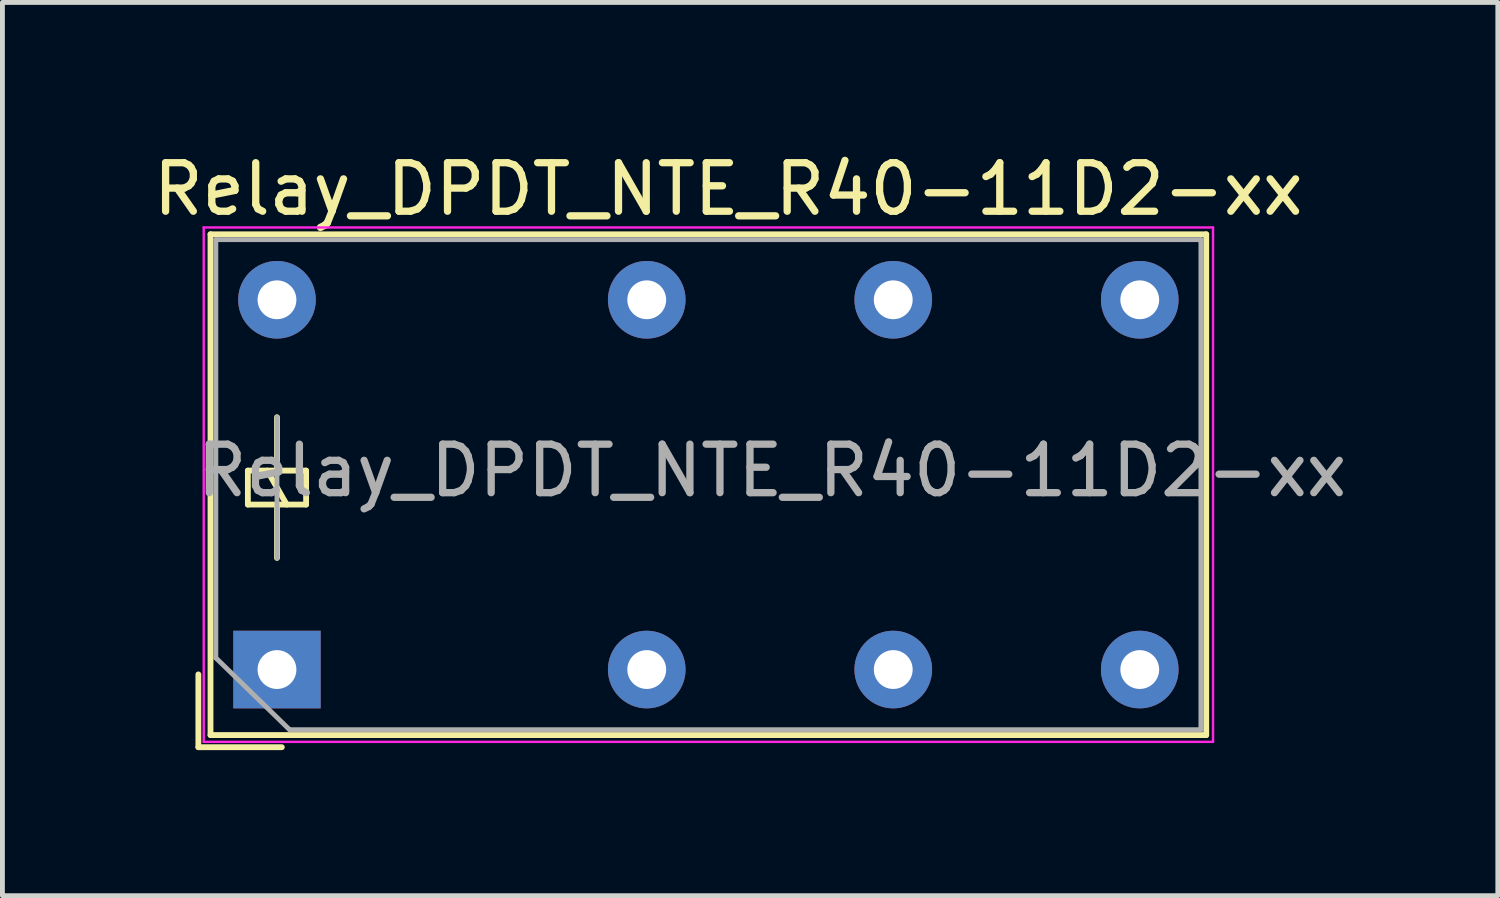
<source format=kicad_pcb>
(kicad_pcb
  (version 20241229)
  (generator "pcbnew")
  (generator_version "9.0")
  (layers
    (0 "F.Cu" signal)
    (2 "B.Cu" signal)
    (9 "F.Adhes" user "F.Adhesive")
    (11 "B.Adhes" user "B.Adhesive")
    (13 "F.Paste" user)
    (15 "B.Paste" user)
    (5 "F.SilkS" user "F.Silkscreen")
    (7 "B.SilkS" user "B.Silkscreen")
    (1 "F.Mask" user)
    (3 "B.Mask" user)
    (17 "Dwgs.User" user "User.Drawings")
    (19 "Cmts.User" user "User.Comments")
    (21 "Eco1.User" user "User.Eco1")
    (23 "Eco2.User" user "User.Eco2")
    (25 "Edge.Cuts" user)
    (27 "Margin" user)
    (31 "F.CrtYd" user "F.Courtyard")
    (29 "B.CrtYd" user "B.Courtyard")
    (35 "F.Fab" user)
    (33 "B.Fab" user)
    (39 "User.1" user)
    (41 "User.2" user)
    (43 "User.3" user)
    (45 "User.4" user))
  (footprint "Relay_DPDT_NTE_R40-11D2-xx"
    (layer "F.Cu")
    (at 2.658 10.748)
    (property "Reference" "Relay_DPDT_NTE_R40-11D2-xx" (at 9.3 -9.9 0) (layer "F.SilkS") (effects (font (size 1 1) (thickness 0.15))))
    (attr through_hole)
    (fp_line (start -1.62 1.6) (end -1.62 0.1) (stroke (width 0.12) (type solid)) (layer "F.SilkS"))
    (fp_line (start -1.37 -8.97) (end 19.15 -8.97) (stroke (width 0.12) (type solid)) (layer "F.SilkS"))
    (fp_line (start -1.37 1.35) (end -1.37 -8.97) (stroke (width 0.12) (type solid)) (layer "F.SilkS"))
    (fp_line (start -0.6 -4.1) (end -0.6 -3.4) (stroke (width 0.12) (type solid)) (layer "F.SilkS"))
    (fp_line (start -0.6 -3.4) (end 0.6 -3.4) (stroke (width 0.12) (type solid)) (layer "F.SilkS"))
    (fp_line (start 0 -4.1) (end 0 -5.2) (stroke (width 0.12) (type solid)) (layer "F.SilkS"))
    (fp_line (start 0 -3.4) (end 0 -2.3) (stroke (width 0.12) (type solid)) (layer "F.SilkS"))
    (fp_line (start 0.1 1.6) (end -1.62 1.6) (stroke (width 0.12) (type solid)) (layer "F.SilkS"))
    (fp_line (start 0.2 -3.4) (end -0.2 -4.1) (stroke (width 0.12) (type solid)) (layer "F.SilkS"))
    (fp_line (start 0.6 -4.1) (end -0.6 -4.1) (stroke (width 0.12) (type solid)) (layer "F.SilkS"))
    (fp_line (start 0.6 -3.4) (end 0.6 -4.1) (stroke (width 0.12) (type solid)) (layer "F.SilkS"))
    (fp_line (start 19.15 -8.97) (end 19.15 1.35) (stroke (width 0.12) (type solid)) (layer "F.SilkS"))
    (fp_line (start 19.15 1.35) (end -1.37 1.35) (stroke (width 0.12) (type solid)) (layer "F.SilkS"))
    (fp_line (start -1.51 -9.11) (end -1.51 1.49) (stroke (width 0.05) (type solid)) (layer "F.CrtYd"))
    (fp_line (start -1.51 -9.11) (end 19.29 -9.11) (stroke (width 0.05) (type solid)) (layer "F.CrtYd"))
    (fp_line (start 19.29 1.49) (end -1.51 1.49) (stroke (width 0.05) (type solid)) (layer "F.CrtYd"))
    (fp_line (start 19.29 1.49) (end 19.29 -9.11) (stroke (width 0.05) (type solid)) (layer "F.CrtYd"))
    (fp_line (start -1.26 -8.86) (end 19.04 -8.86) (stroke (width 0.1) (type solid)) (layer "F.Fab"))
    (fp_line (start -1.26 -0.24) (end -1.26 -8.86) (stroke (width 0.1) (type solid)) (layer "F.Fab"))
    (fp_line (start 0 -2.3) (end 0 -5.2) (stroke (width 0.1) (type solid)) (layer "F.Fab"))
    (fp_line (start 0.26 1.24) (end -1.26 -0.24) (stroke (width 0.1) (type solid)) (layer "F.Fab"))
    (fp_line (start 19.04 -8.86) (end 19.04 1.24) (stroke (width 0.1) (type solid)) (layer "F.Fab"))
    (fp_line (start 19.04 1.24) (end 0.26 1.24) (stroke (width 0.1) (type solid)) (layer "F.Fab"))
    (fp_text user "${REFERENCE}" (at 10.2 -4.1 180) (layer "F.Fab") (effects (font (size 1 1) (thickness 0.15))))
    (pad "1" thru_hole rect (at 0 0 90) (size 1.6 1.8) (drill 0.8) (layers "*.Cu" "*.Mask"))
    (pad "4" thru_hole circle (at 7.62 0 90) (size 1.6 1.6) (drill 0.8) (layers "*.Cu" "*.Mask"))
    (pad "6" thru_hole circle (at 12.7 0 90) (size 1.6 1.6) (drill 0.8) (layers "*.Cu" "*.Mask"))
    (pad "8" thru_hole circle (at 17.78 0 90) (size 1.6 1.6) (drill 0.8) (layers "*.Cu" "*.Mask"))
    (pad "9" thru_hole circle (at 17.78 -7.62 180) (size 1.6 1.6) (drill 0.8) (layers "*.Cu" "*.Mask"))
    (pad "11" thru_hole circle (at 12.7 -7.62 90) (size 1.6 1.6) (drill 0.8) (layers "*.Cu" "*.Mask"))
    (pad "13" thru_hole circle (at 7.62 -7.62 90) (size 1.6 1.6) (drill 0.8) (layers "*.Cu" "*.Mask"))
    (pad "16" thru_hole circle (at 0 -7.62 90) (size 1.6 1.6) (drill 0.8) (layers "*.Cu" "*.Mask")))
  (gr_rect
    (start -3 -3)
    (end 27.817 15.408)
    (stroke (width 0.1) (type default))
    (fill no)
    (layer "Edge.Cuts")))
</source>
